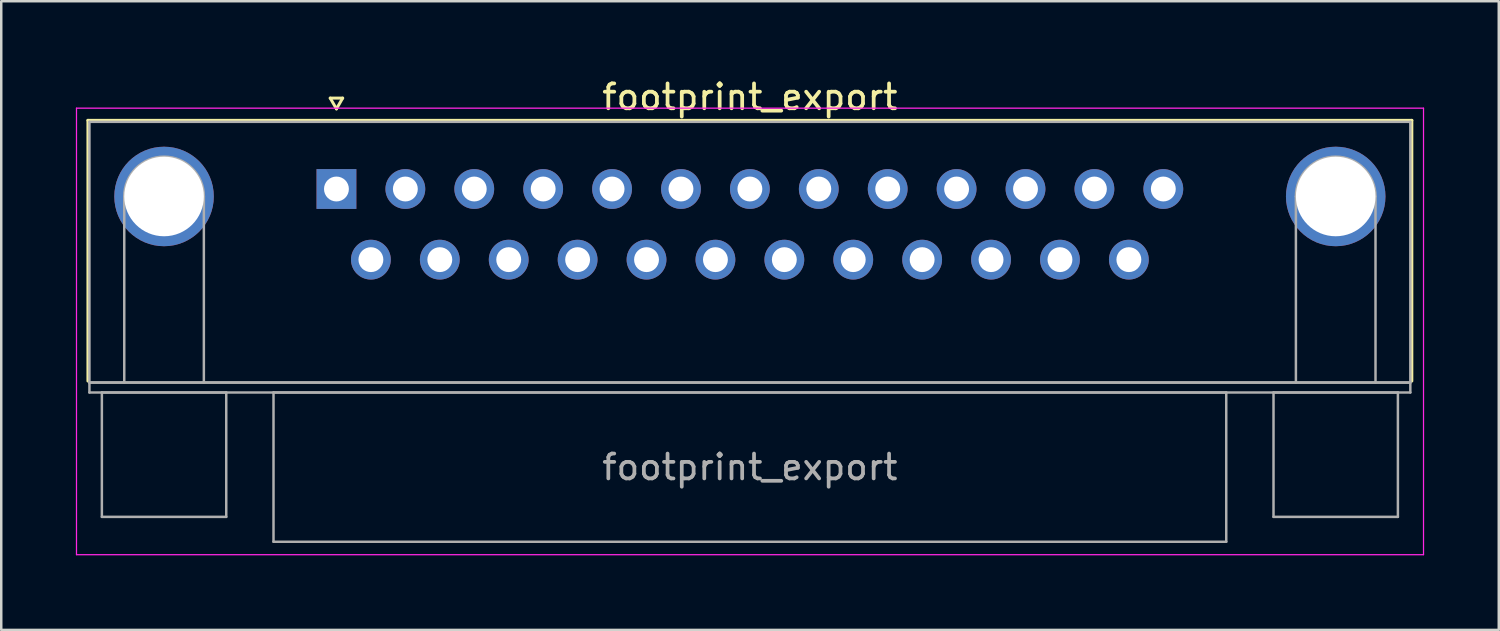
<source format=kicad_pcb>
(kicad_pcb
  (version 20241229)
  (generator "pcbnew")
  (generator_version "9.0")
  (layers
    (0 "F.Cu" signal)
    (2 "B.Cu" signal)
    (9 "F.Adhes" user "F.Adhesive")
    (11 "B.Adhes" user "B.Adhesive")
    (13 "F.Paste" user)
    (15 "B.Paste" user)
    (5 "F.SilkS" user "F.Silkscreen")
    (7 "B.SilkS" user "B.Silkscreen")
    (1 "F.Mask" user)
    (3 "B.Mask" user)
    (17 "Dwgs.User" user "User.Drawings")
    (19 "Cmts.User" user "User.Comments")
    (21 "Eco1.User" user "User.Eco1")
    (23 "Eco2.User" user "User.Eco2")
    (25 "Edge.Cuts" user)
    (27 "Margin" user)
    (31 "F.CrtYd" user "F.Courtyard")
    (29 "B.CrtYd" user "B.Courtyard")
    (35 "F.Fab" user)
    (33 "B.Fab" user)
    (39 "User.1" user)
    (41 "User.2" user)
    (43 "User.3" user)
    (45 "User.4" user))
  (footprint "footprint_export"
    (layer "F.Cu")
    (at 10.475 4.548)
    (property "Reference" "footprint_export" (at 16.62 -3.7 0) (layer "F.SilkS") (effects (font (size 1 1) (thickness 0.15))))
    (attr through_hole)
    (fp_line (start -9.99 -2.76) (end 43.23 -2.76) (stroke (width 0.12) (type solid)) (layer "F.SilkS"))
    (fp_line (start -9.99 7.72) (end -9.99 -2.76) (stroke (width 0.12) (type solid)) (layer "F.SilkS"))
    (fp_line (start -0.25 -3.654) (end 0.25 -3.654) (stroke (width 0.12) (type solid)) (layer "F.SilkS"))
    (fp_line (start 0 -3.221) (end -0.25 -3.654) (stroke (width 0.12) (type solid)) (layer "F.SilkS"))
    (fp_line (start 0.25 -3.654) (end 0 -3.221) (stroke (width 0.12) (type solid)) (layer "F.SilkS"))
    (fp_line (start 43.23 -2.76) (end 43.23 7.72) (stroke (width 0.12) (type solid)) (layer "F.SilkS"))
    (fp_line (start -10.45 -3.25) (end -10.45 14.7) (stroke (width 0.05) (type solid)) (layer "F.CrtYd"))
    (fp_line (start -10.45 14.7) (end 43.7 14.7) (stroke (width 0.05) (type solid)) (layer "F.CrtYd"))
    (fp_line (start 43.7 -3.25) (end -10.45 -3.25) (stroke (width 0.05) (type solid)) (layer "F.CrtYd"))
    (fp_line (start 43.7 14.7) (end 43.7 -3.25) (stroke (width 0.05) (type solid)) (layer "F.CrtYd"))
    (fp_line (start -9.93 -2.7) (end -9.93 7.78) (stroke (width 0.1) (type solid)) (layer "F.Fab"))
    (fp_line (start -9.93 7.78) (end -9.93 8.18) (stroke (width 0.1) (type solid)) (layer "F.Fab"))
    (fp_line (start -9.93 7.78) (end 43.17 7.78) (stroke (width 0.1) (type solid)) (layer "F.Fab"))
    (fp_line (start -9.93 8.18) (end 43.17 8.18) (stroke (width 0.1) (type solid)) (layer "F.Fab"))
    (fp_line (start -9.43 8.18) (end -9.43 13.18) (stroke (width 0.1) (type solid)) (layer "F.Fab"))
    (fp_line (start -9.43 13.18) (end -4.43 13.18) (stroke (width 0.1) (type solid)) (layer "F.Fab"))
    (fp_line (start -8.53 7.78) (end -8.53 0.3) (stroke (width 0.1) (type solid)) (layer "F.Fab"))
    (fp_line (start -5.33 7.78) (end -5.33 0.3) (stroke (width 0.1) (type solid)) (layer "F.Fab"))
    (fp_line (start -4.43 8.18) (end -9.43 8.18) (stroke (width 0.1) (type solid)) (layer "F.Fab"))
    (fp_line (start -4.43 13.18) (end -4.43 8.18) (stroke (width 0.1) (type solid)) (layer "F.Fab"))
    (fp_line (start -2.53 8.18) (end -2.53 14.18) (stroke (width 0.1) (type solid)) (layer "F.Fab"))
    (fp_line (start -2.53 14.18) (end 35.77 14.18) (stroke (width 0.1) (type solid)) (layer "F.Fab"))
    (fp_line (start 35.77 8.18) (end -2.53 8.18) (stroke (width 0.1) (type solid)) (layer "F.Fab"))
    (fp_line (start 35.77 14.18) (end 35.77 8.18) (stroke (width 0.1) (type solid)) (layer "F.Fab"))
    (fp_line (start 37.67 8.18) (end 37.67 13.18) (stroke (width 0.1) (type solid)) (layer "F.Fab"))
    (fp_line (start 37.67 13.18) (end 42.67 13.18) (stroke (width 0.1) (type solid)) (layer "F.Fab"))
    (fp_line (start 38.57 7.78) (end 38.57 0.3) (stroke (width 0.1) (type solid)) (layer "F.Fab"))
    (fp_line (start 41.77 7.78) (end 41.77 0.3) (stroke (width 0.1) (type solid)) (layer "F.Fab"))
    (fp_line (start 42.67 8.18) (end 37.67 8.18) (stroke (width 0.1) (type solid)) (layer "F.Fab"))
    (fp_line (start 42.67 13.18) (end 42.67 8.18) (stroke (width 0.1) (type solid)) (layer "F.Fab"))
    (fp_line (start 43.17 -2.7) (end -9.93 -2.7) (stroke (width 0.1) (type solid)) (layer "F.Fab"))
    (fp_line (start 43.17 7.78) (end -9.93 7.78) (stroke (width 0.1) (type solid)) (layer "F.Fab"))
    (fp_line (start 43.17 7.78) (end 43.17 -2.7) (stroke (width 0.1) (type solid)) (layer "F.Fab"))
    (fp_line (start 43.17 8.18) (end 43.17 7.78) (stroke (width 0.1) (type solid)) (layer "F.Fab"))
    (fp_arc (start -8.53 0.3) (mid -6.93 -1.3) (end -5.33 0.3) (stroke (width 0.1) (type solid)) (layer "F.Fab"))
    (fp_arc (start 38.57 0.3) (mid 40.17 -1.3) (end 41.77 0.3) (stroke (width 0.1) (type solid)) (layer "F.Fab"))
    (fp_text user "${REFERENCE}" (at 16.62 11.18 0) (layer "F.Fab") (effects (font (size 1 1) (thickness 0.15))))
    (pad "0" thru_hole circle (at -6.93 0.3) (size 4 4) (drill 3.2) (layers "*.Cu" "*.Mask"))
    (pad "0" thru_hole circle (at 40.17 0.3) (size 4 4) (drill 3.2) (layers "*.Cu" "*.Mask"))
    (pad "1" thru_hole rect (at 0 0) (size 1.6 1.6) (drill 1) (layers "*.Cu" "*.Mask"))
    (pad "2" thru_hole circle (at 2.77 0) (size 1.6 1.6) (drill 1) (layers "*.Cu" "*.Mask"))
    (pad "3" thru_hole circle (at 5.54 0) (size 1.6 1.6) (drill 1) (layers "*.Cu" "*.Mask"))
    (pad "4" thru_hole circle (at 8.31 0) (size 1.6 1.6) (drill 1) (layers "*.Cu" "*.Mask"))
    (pad "5" thru_hole circle (at 11.08 0) (size 1.6 1.6) (drill 1) (layers "*.Cu" "*.Mask"))
    (pad "6" thru_hole circle (at 13.85 0) (size 1.6 1.6) (drill 1) (layers "*.Cu" "*.Mask"))
    (pad "7" thru_hole circle (at 16.62 0) (size 1.6 1.6) (drill 1) (layers "*.Cu" "*.Mask"))
    (pad "8" thru_hole circle (at 19.39 0) (size 1.6 1.6) (drill 1) (layers "*.Cu" "*.Mask"))
    (pad "9" thru_hole circle (at 22.16 0) (size 1.6 1.6) (drill 1) (layers "*.Cu" "*.Mask"))
    (pad "10" thru_hole circle (at 24.93 0) (size 1.6 1.6) (drill 1) (layers "*.Cu" "*.Mask"))
    (pad "11" thru_hole circle (at 27.7 0) (size 1.6 1.6) (drill 1) (layers "*.Cu" "*.Mask"))
    (pad "12" thru_hole circle (at 30.47 0) (size 1.6 1.6) (drill 1) (layers "*.Cu" "*.Mask"))
    (pad "13" thru_hole circle (at 33.24 0) (size 1.6 1.6) (drill 1) (layers "*.Cu" "*.Mask"))
    (pad "14" thru_hole circle (at 1.385 2.84) (size 1.6 1.6) (drill 1) (layers "*.Cu" "*.Mask"))
    (pad "15" thru_hole circle (at 4.155 2.84) (size 1.6 1.6) (drill 1) (layers "*.Cu" "*.Mask"))
    (pad "16" thru_hole circle (at 6.925 2.84) (size 1.6 1.6) (drill 1) (layers "*.Cu" "*.Mask"))
    (pad "17" thru_hole circle (at 9.695 2.84) (size 1.6 1.6) (drill 1) (layers "*.Cu" "*.Mask"))
    (pad "18" thru_hole circle (at 12.465 2.84) (size 1.6 1.6) (drill 1) (layers "*.Cu" "*.Mask"))
    (pad "19" thru_hole circle (at 15.235 2.84) (size 1.6 1.6) (drill 1) (layers "*.Cu" "*.Mask"))
    (pad "20" thru_hole circle (at 18.005 2.84) (size 1.6 1.6) (drill 1) (layers "*.Cu" "*.Mask"))
    (pad "21" thru_hole circle (at 20.775 2.84) (size 1.6 1.6) (drill 1) (layers "*.Cu" "*.Mask"))
    (pad "22" thru_hole circle (at 23.545 2.84) (size 1.6 1.6) (drill 1) (layers "*.Cu" "*.Mask"))
    (pad "23" thru_hole circle (at 26.315 2.84) (size 1.6 1.6) (drill 1) (layers "*.Cu" "*.Mask"))
    (pad "24" thru_hole circle (at 29.085 2.84) (size 1.6 1.6) (drill 1) (layers "*.Cu" "*.Mask"))
    (pad "25" thru_hole circle (at 31.855 2.84) (size 1.6 1.6) (drill 1) (layers "*.Cu" "*.Mask")))
  (gr_rect
    (start -3 -3)
    (end 57.2 22.273)
    (stroke (width 0.1) (type default))
    (fill no)
    (layer "Edge.Cuts")))
</source>
